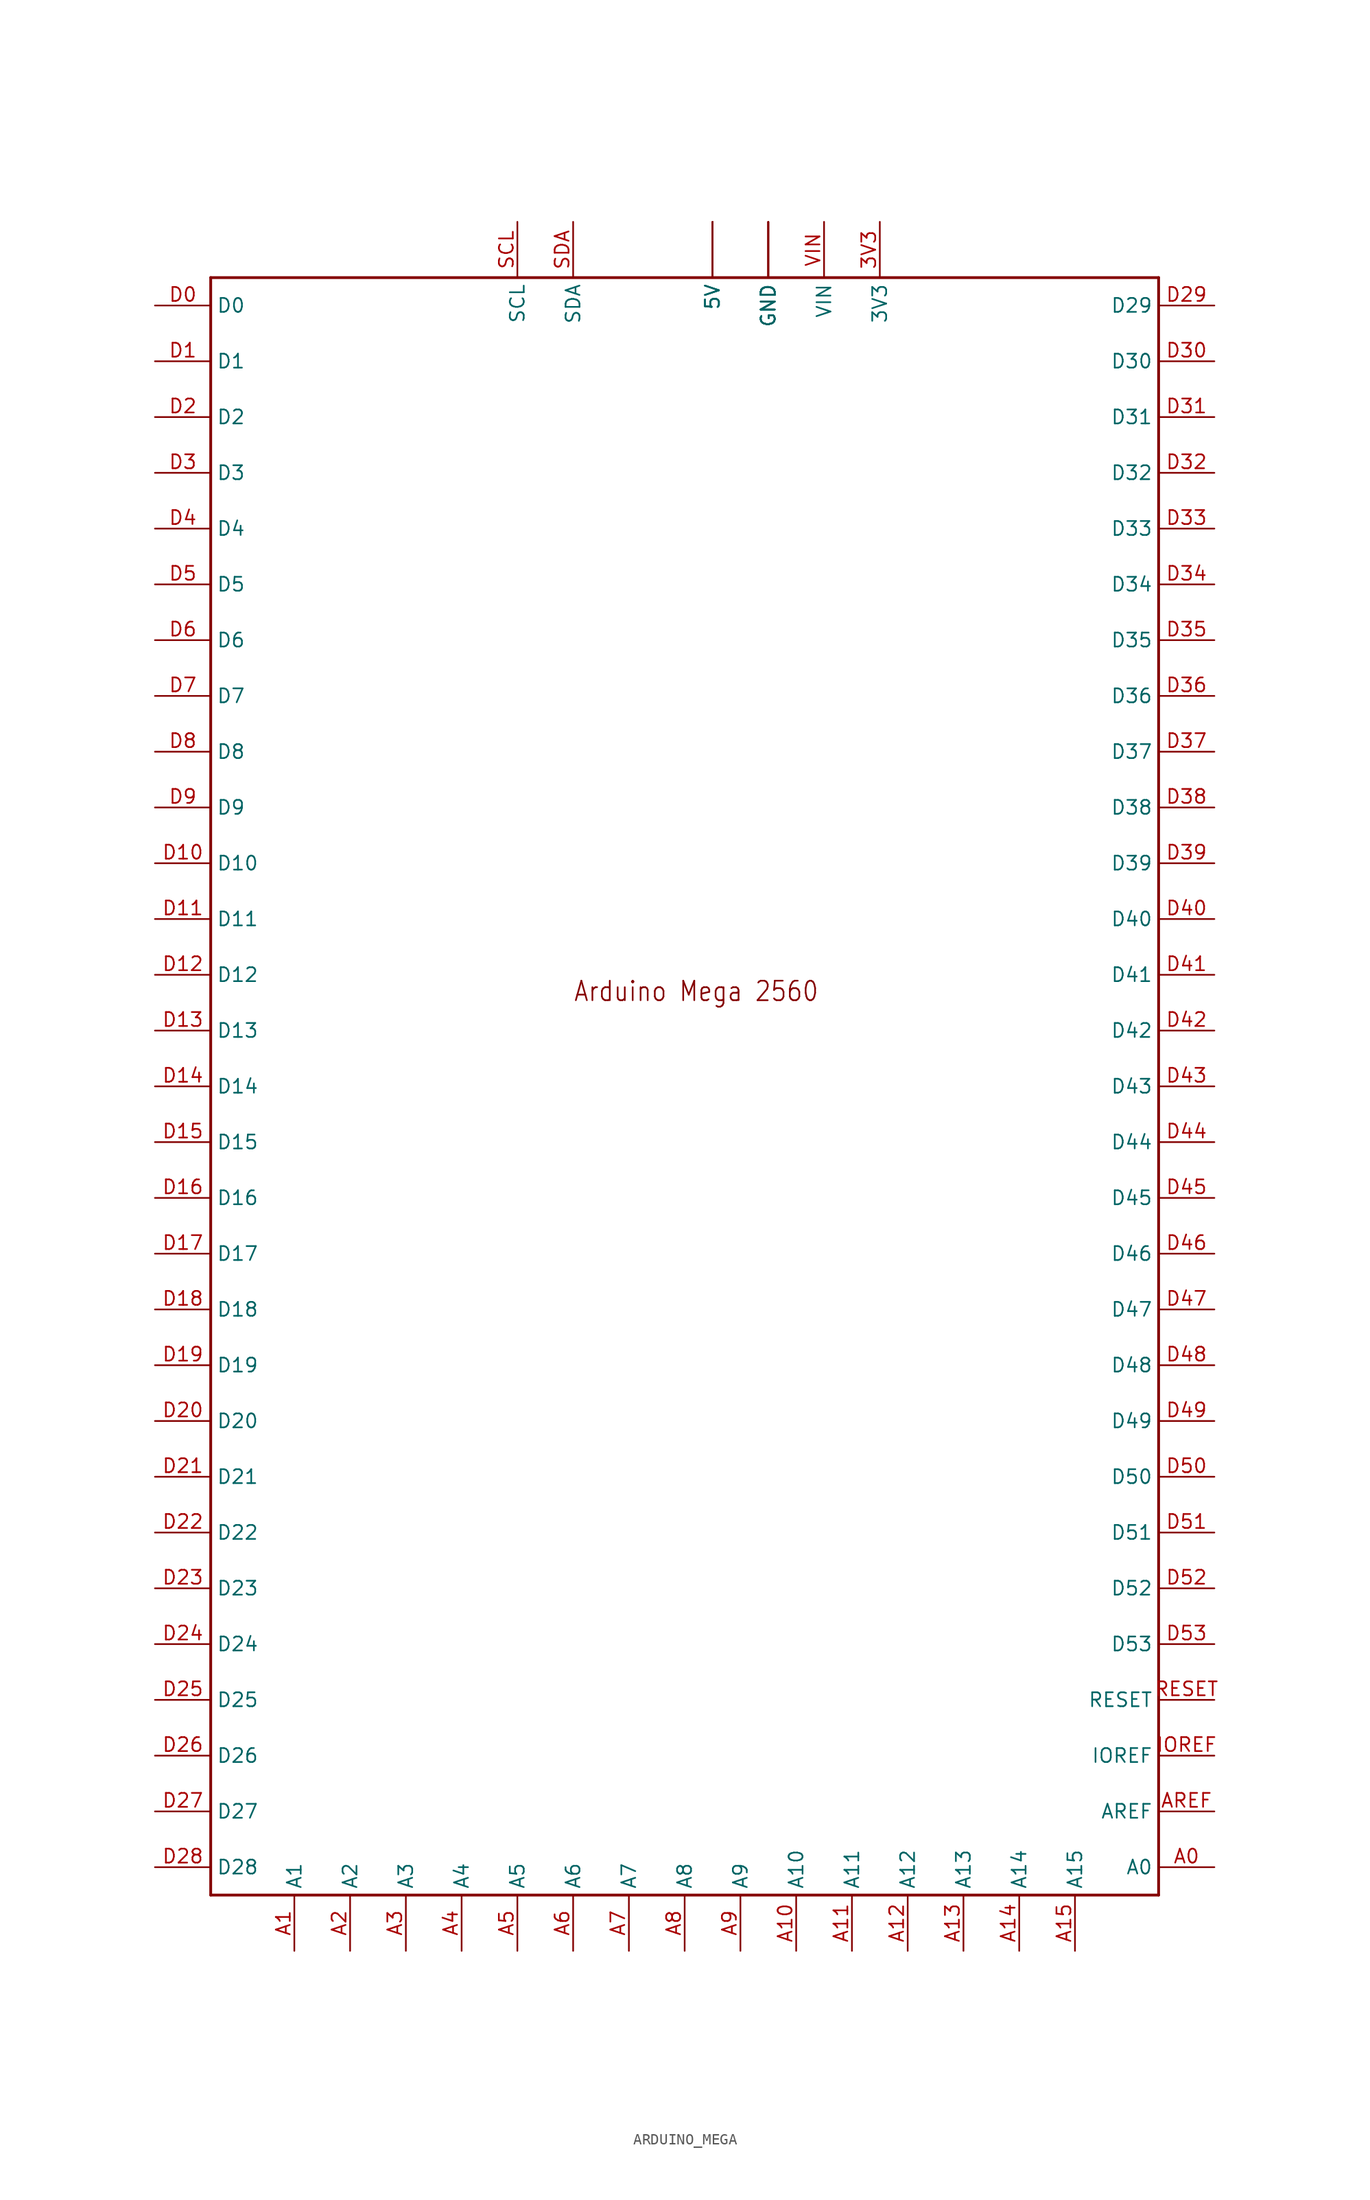
<source format=kicad_sym>
(kicad_symbol_lib
  (version 20231120)
  (generator "kicad_symbol_editor")
  (generator_version "8.0")
  (symbol "ARDUINO_MEGA"
    (property "Reference" ""
      (at 0 0 0)
      (effects (font (size 1.27 1.27)) (hide yes)))
    (property "ki_locked" ""
      (at 0 0 0)
      (effects (font (size 1.27 1.27))))
    (symbol "ARDUINO_MEGA_1_0"
      (polyline (pts (xy -43.18 -76.2) (xy 43.18 -76.2)) (stroke (width 0.254) (type solid)) (fill (type none)))
      (polyline (pts (xy -43.18 71.12) (xy -43.18 -76.2)) (stroke (width 0.254) (type solid)) (fill (type none)))
      (polyline (pts (xy 43.18 -76.2) (xy 43.18 71.12)) (stroke (width 0.254) (type solid)) (fill (type none)))
      (polyline (pts (xy 43.18 71.12) (xy -43.18 71.12)) (stroke (width 0.254) (type solid)) (fill (type none)))
      (text "Arduino Mega 2560" (at -10.16 5.08 0) (effects (font (size 1.778 1.511)) (justify left bottom)))
      (pin power_in line (at 17.78 76.2 270) (length 5.08) (name "3V3" (effects (font (size 1.27 1.27)))) (number "3V3" (effects (font (size 1.27 1.27)))))
      (pin power_in line (at 2.54 76.2 270) (length 5.08) (name "5V" (effects (font (size 1.27 1.27)))) (number "5V@1" (effects (font (size 0 0)))))
      (pin power_in line (at 2.54 76.2 270) (length 5.08) (name "5V" (effects (font (size 1.27 1.27)))) (number "5V@2" (effects (font (size 0 0)))))
      (pin power_in line (at 2.54 76.2 270) (length 5.08) (name "5V" (effects (font (size 1.27 1.27)))) (number "5V@3" (effects (font (size 0 0)))))
      (pin bidirectional line (at 48.26 -73.66 180) (length 5.08) (name "A0" (effects (font (size 1.27 1.27)))) (number "A0" (effects (font (size 1.27 1.27)))))
      (pin bidirectional line (at -35.56 -81.28 90) (length 5.08) (name "A1" (effects (font (size 1.27 1.27)))) (number "A1" (effects (font (size 1.27 1.27)))))
      (pin bidirectional line (at 10.16 -81.28 90) (length 5.08) (name "A10" (effects (font (size 1.27 1.27)))) (number "A10" (effects (font (size 1.27 1.27)))))
      (pin bidirectional line (at 15.24 -81.28 90) (length 5.08) (name "A11" (effects (font (size 1.27 1.27)))) (number "A11" (effects (font (size 1.27 1.27)))))
      (pin bidirectional line (at 20.32 -81.28 90) (length 5.08) (name "A12" (effects (font (size 1.27 1.27)))) (number "A12" (effects (font (size 1.27 1.27)))))
      (pin bidirectional line (at 25.4 -81.28 90) (length 5.08) (name "A13" (effects (font (size 1.27 1.27)))) (number "A13" (effects (font (size 1.27 1.27)))))
      (pin bidirectional line (at 30.48 -81.28 90) (length 5.08) (name "A14" (effects (font (size 1.27 1.27)))) (number "A14" (effects (font (size 1.27 1.27)))))
      (pin bidirectional line (at 35.56 -81.28 90) (length 5.08) (name "A15" (effects (font (size 1.27 1.27)))) (number "A15" (effects (font (size 1.27 1.27)))))
      (pin bidirectional line (at -30.48 -81.28 90) (length 5.08) (name "A2" (effects (font (size 1.27 1.27)))) (number "A2" (effects (font (size 1.27 1.27)))))
      (pin bidirectional line (at -25.4 -81.28 90) (length 5.08) (name "A3" (effects (font (size 1.27 1.27)))) (number "A3" (effects (font (size 1.27 1.27)))))
      (pin bidirectional line (at -20.32 -81.28 90) (length 5.08) (name "A4" (effects (font (size 1.27 1.27)))) (number "A4" (effects (font (size 1.27 1.27)))))
      (pin bidirectional line (at -15.24 -81.28 90) (length 5.08) (name "A5" (effects (font (size 1.27 1.27)))) (number "A5" (effects (font (size 1.27 1.27)))))
      (pin bidirectional line (at -10.16 -81.28 90) (length 5.08) (name "A6" (effects (font (size 1.27 1.27)))) (number "A6" (effects (font (size 1.27 1.27)))))
      (pin bidirectional line (at -5.08 -81.28 90) (length 5.08) (name "A7" (effects (font (size 1.27 1.27)))) (number "A7" (effects (font (size 1.27 1.27)))))
      (pin bidirectional line (at 0 -81.28 90) (length 5.08) (name "A8" (effects (font (size 1.27 1.27)))) (number "A8" (effects (font (size 1.27 1.27)))))
      (pin bidirectional line (at 5.08 -81.28 90) (length 5.08) (name "A9" (effects (font (size 1.27 1.27)))) (number "A9" (effects (font (size 1.27 1.27)))))
      (pin bidirectional line (at 48.26 -68.58 180) (length 5.08) (name "AREF" (effects (font (size 1.27 1.27)))) (number "AREF" (effects (font (size 1.27 1.27)))))
      (pin bidirectional line (at -48.26 68.58 0) (length 5.08) (name "D0" (effects (font (size 1.27 1.27)))) (number "D0" (effects (font (size 1.27 1.27)))))
      (pin bidirectional line (at -48.26 63.5 0) (length 5.08) (name "D1" (effects (font (size 1.27 1.27)))) (number "D1" (effects (font (size 1.27 1.27)))))
      (pin bidirectional line (at -48.26 17.78 0) (length 5.08) (name "D10" (effects (font (size 1.27 1.27)))) (number "D10" (effects (font (size 1.27 1.27)))))
      (pin bidirectional line (at -48.26 12.7 0) (length 5.08) (name "D11" (effects (font (size 1.27 1.27)))) (number "D11" (effects (font (size 1.27 1.27)))))
      (pin bidirectional line (at -48.26 7.62 0) (length 5.08) (name "D12" (effects (font (size 1.27 1.27)))) (number "D12" (effects (font (size 1.27 1.27)))))
      (pin bidirectional line (at -48.26 2.54 0) (length 5.08) (name "D13" (effects (font (size 1.27 1.27)))) (number "D13" (effects (font (size 1.27 1.27)))))
      (pin bidirectional line (at -48.26 -2.54 0) (length 5.08) (name "D14" (effects (font (size 1.27 1.27)))) (number "D14" (effects (font (size 1.27 1.27)))))
      (pin bidirectional line (at -48.26 -7.62 0) (length 5.08) (name "D15" (effects (font (size 1.27 1.27)))) (number "D15" (effects (font (size 1.27 1.27)))))
      (pin bidirectional line (at -48.26 -12.7 0) (length 5.08) (name "D16" (effects (font (size 1.27 1.27)))) (number "D16" (effects (font (size 1.27 1.27)))))
      (pin bidirectional line (at -48.26 -17.78 0) (length 5.08) (name "D17" (effects (font (size 1.27 1.27)))) (number "D17" (effects (font (size 1.27 1.27)))))
      (pin bidirectional line (at -48.26 -22.86 0) (length 5.08) (name "D18" (effects (font (size 1.27 1.27)))) (number "D18" (effects (font (size 1.27 1.27)))))
      (pin bidirectional line (at -48.26 -27.94 0) (length 5.08) (name "D19" (effects (font (size 1.27 1.27)))) (number "D19" (effects (font (size 1.27 1.27)))))
      (pin bidirectional line (at -48.26 58.42 0) (length 5.08) (name "D2" (effects (font (size 1.27 1.27)))) (number "D2" (effects (font (size 1.27 1.27)))))
      (pin bidirectional line (at -48.26 -33.02 0) (length 5.08) (name "D20" (effects (font (size 1.27 1.27)))) (number "D20" (effects (font (size 1.27 1.27)))))
      (pin bidirectional line (at -48.26 -38.1 0) (length 5.08) (name "D21" (effects (font (size 1.27 1.27)))) (number "D21" (effects (font (size 1.27 1.27)))))
      (pin bidirectional line (at -48.26 -43.18 0) (length 5.08) (name "D22" (effects (font (size 1.27 1.27)))) (number "D22" (effects (font (size 1.27 1.27)))))
      (pin bidirectional line (at -48.26 -48.26 0) (length 5.08) (name "D23" (effects (font (size 1.27 1.27)))) (number "D23" (effects (font (size 1.27 1.27)))))
      (pin bidirectional line (at -48.26 -53.34 0) (length 5.08) (name "D24" (effects (font (size 1.27 1.27)))) (number "D24" (effects (font (size 1.27 1.27)))))
      (pin bidirectional line (at -48.26 -58.42 0) (length 5.08) (name "D25" (effects (font (size 1.27 1.27)))) (number "D25" (effects (font (size 1.27 1.27)))))
      (pin bidirectional line (at -48.26 -63.5 0) (length 5.08) (name "D26" (effects (font (size 1.27 1.27)))) (number "D26" (effects (font (size 1.27 1.27)))))
      (pin bidirectional line (at -48.26 -68.58 0) (length 5.08) (name "D27" (effects (font (size 1.27 1.27)))) (number "D27" (effects (font (size 1.27 1.27)))))
      (pin bidirectional line (at -48.26 -73.66 0) (length 5.08) (name "D28" (effects (font (size 1.27 1.27)))) (number "D28" (effects (font (size 1.27 1.27)))))
      (pin bidirectional line (at 48.26 68.58 180) (length 5.08) (name "D29" (effects (font (size 1.27 1.27)))) (number "D29" (effects (font (size 1.27 1.27)))))
      (pin bidirectional line (at -48.26 53.34 0) (length 5.08) (name "D3" (effects (font (size 1.27 1.27)))) (number "D3" (effects (font (size 1.27 1.27)))))
      (pin bidirectional line (at 48.26 63.5 180) (length 5.08) (name "D30" (effects (font (size 1.27 1.27)))) (number "D30" (effects (font (size 1.27 1.27)))))
      (pin bidirectional line (at 48.26 58.42 180) (length 5.08) (name "D31" (effects (font (size 1.27 1.27)))) (number "D31" (effects (font (size 1.27 1.27)))))
      (pin bidirectional line (at 48.26 53.34 180) (length 5.08) (name "D32" (effects (font (size 1.27 1.27)))) (number "D32" (effects (font (size 1.27 1.27)))))
      (pin bidirectional line (at 48.26 48.26 180) (length 5.08) (name "D33" (effects (font (size 1.27 1.27)))) (number "D33" (effects (font (size 1.27 1.27)))))
      (pin bidirectional line (at 48.26 43.18 180) (length 5.08) (name "D34" (effects (font (size 1.27 1.27)))) (number "D34" (effects (font (size 1.27 1.27)))))
      (pin bidirectional line (at 48.26 38.1 180) (length 5.08) (name "D35" (effects (font (size 1.27 1.27)))) (number "D35" (effects (font (size 1.27 1.27)))))
      (pin bidirectional line (at 48.26 33.02 180) (length 5.08) (name "D36" (effects (font (size 1.27 1.27)))) (number "D36" (effects (font (size 1.27 1.27)))))
      (pin bidirectional line (at 48.26 27.94 180) (length 5.08) (name "D37" (effects (font (size 1.27 1.27)))) (number "D37" (effects (font (size 1.27 1.27)))))
      (pin bidirectional line (at 48.26 22.86 180) (length 5.08) (name "D38" (effects (font (size 1.27 1.27)))) (number "D38" (effects (font (size 1.27 1.27)))))
      (pin bidirectional line (at 48.26 17.78 180) (length 5.08) (name "D39" (effects (font (size 1.27 1.27)))) (number "D39" (effects (font (size 1.27 1.27)))))
      (pin bidirectional line (at -48.26 48.26 0) (length 5.08) (name "D4" (effects (font (size 1.27 1.27)))) (number "D4" (effects (font (size 1.27 1.27)))))
      (pin bidirectional line (at 48.26 12.7 180) (length 5.08) (name "D40" (effects (font (size 1.27 1.27)))) (number "D40" (effects (font (size 1.27 1.27)))))
      (pin bidirectional line (at 48.26 7.62 180) (length 5.08) (name "D41" (effects (font (size 1.27 1.27)))) (number "D41" (effects (font (size 1.27 1.27)))))
      (pin bidirectional line (at 48.26 2.54 180) (length 5.08) (name "D42" (effects (font (size 1.27 1.27)))) (number "D42" (effects (font (size 1.27 1.27)))))
      (pin bidirectional line (at 48.26 -2.54 180) (length 5.08) (name "D43" (effects (font (size 1.27 1.27)))) (number "D43" (effects (font (size 1.27 1.27)))))
      (pin bidirectional line (at 48.26 -7.62 180) (length 5.08) (name "D44" (effects (font (size 1.27 1.27)))) (number "D44" (effects (font (size 1.27 1.27)))))
      (pin bidirectional line (at 48.26 -12.7 180) (length 5.08) (name "D45" (effects (font (size 1.27 1.27)))) (number "D45" (effects (font (size 1.27 1.27)))))
      (pin bidirectional line (at 48.26 -17.78 180) (length 5.08) (name "D46" (effects (font (size 1.27 1.27)))) (number "D46" (effects (font (size 1.27 1.27)))))
      (pin bidirectional line (at 48.26 -22.86 180) (length 5.08) (name "D47" (effects (font (size 1.27 1.27)))) (number "D47" (effects (font (size 1.27 1.27)))))
      (pin bidirectional line (at 48.26 -27.94 180) (length 5.08) (name "D48" (effects (font (size 1.27 1.27)))) (number "D48" (effects (font (size 1.27 1.27)))))
      (pin bidirectional line (at 48.26 -33.02 180) (length 5.08) (name "D49" (effects (font (size 1.27 1.27)))) (number "D49" (effects (font (size 1.27 1.27)))))
      (pin bidirectional line (at -48.26 43.18 0) (length 5.08) (name "D5" (effects (font (size 1.27 1.27)))) (number "D5" (effects (font (size 1.27 1.27)))))
      (pin bidirectional line (at 48.26 -38.1 180) (length 5.08) (name "D50" (effects (font (size 1.27 1.27)))) (number "D50" (effects (font (size 1.27 1.27)))))
      (pin bidirectional line (at 48.26 -43.18 180) (length 5.08) (name "D51" (effects (font (size 1.27 1.27)))) (number "D51" (effects (font (size 1.27 1.27)))))
      (pin bidirectional line (at 48.26 -48.26 180) (length 5.08) (name "D52" (effects (font (size 1.27 1.27)))) (number "D52" (effects (font (size 1.27 1.27)))))
      (pin bidirectional line (at 48.26 -53.34 180) (length 5.08) (name "D53" (effects (font (size 1.27 1.27)))) (number "D53" (effects (font (size 1.27 1.27)))))
      (pin bidirectional line (at -48.26 38.1 0) (length 5.08) (name "D6" (effects (font (size 1.27 1.27)))) (number "D6" (effects (font (size 1.27 1.27)))))
      (pin bidirectional line (at -48.26 33.02 0) (length 5.08) (name "D7" (effects (font (size 1.27 1.27)))) (number "D7" (effects (font (size 1.27 1.27)))))
      (pin bidirectional line (at -48.26 27.94 0) (length 5.08) (name "D8" (effects (font (size 1.27 1.27)))) (number "D8" (effects (font (size 1.27 1.27)))))
      (pin bidirectional line (at -48.26 22.86 0) (length 5.08) (name "D9" (effects (font (size 1.27 1.27)))) (number "D9" (effects (font (size 1.27 1.27)))))
      (pin power_in line (at 7.62 76.2 270) (length 5.08) (name "GND" (effects (font (size 1.27 1.27)))) (number "GND@1" (effects (font (size 0 0)))))
      (pin power_in line (at 7.62 76.2 270) (length 5.08) (name "GND" (effects (font (size 1.27 1.27)))) (number "GND@2" (effects (font (size 0 0)))))
      (pin power_in line (at 7.62 76.2 270) (length 5.08) (name "GND" (effects (font (size 1.27 1.27)))) (number "GND@3" (effects (font (size 0 0)))))
      (pin power_in line (at 7.62 76.2 270) (length 5.08) (name "GND" (effects (font (size 1.27 1.27)))) (number "GND@4" (effects (font (size 0 0)))))
      (pin power_in line (at 7.62 76.2 270) (length 5.08) (name "GND" (effects (font (size 1.27 1.27)))) (number "GND@5" (effects (font (size 0 0)))))
      (pin bidirectional line (at 48.26 -63.5 180) (length 5.08) (name "IOREF" (effects (font (size 1.27 1.27)))) (number "IOREF" (effects (font (size 1.27 1.27)))))
      (pin bidirectional line (at 48.26 -58.42 180) (length 5.08) (name "RESET" (effects (font (size 1.27 1.27)))) (number "RESET" (effects (font (size 1.27 1.27)))))
      (pin bidirectional line (at -15.24 76.2 270) (length 5.08) (name "SCL" (effects (font (size 1.27 1.27)))) (number "SCL" (effects (font (size 1.27 1.27)))))
      (pin bidirectional line (at -10.16 76.2 270) (length 5.08) (name "SDA" (effects (font (size 1.27 1.27)))) (number "SDA" (effects (font (size 1.27 1.27)))))
      (pin power_in line (at 12.7 76.2 270) (length 5.08) (name "VIN" (effects (font (size 1.27 1.27)))) (number "VIN" (effects (font (size 1.27 1.27))))))))
</source>
